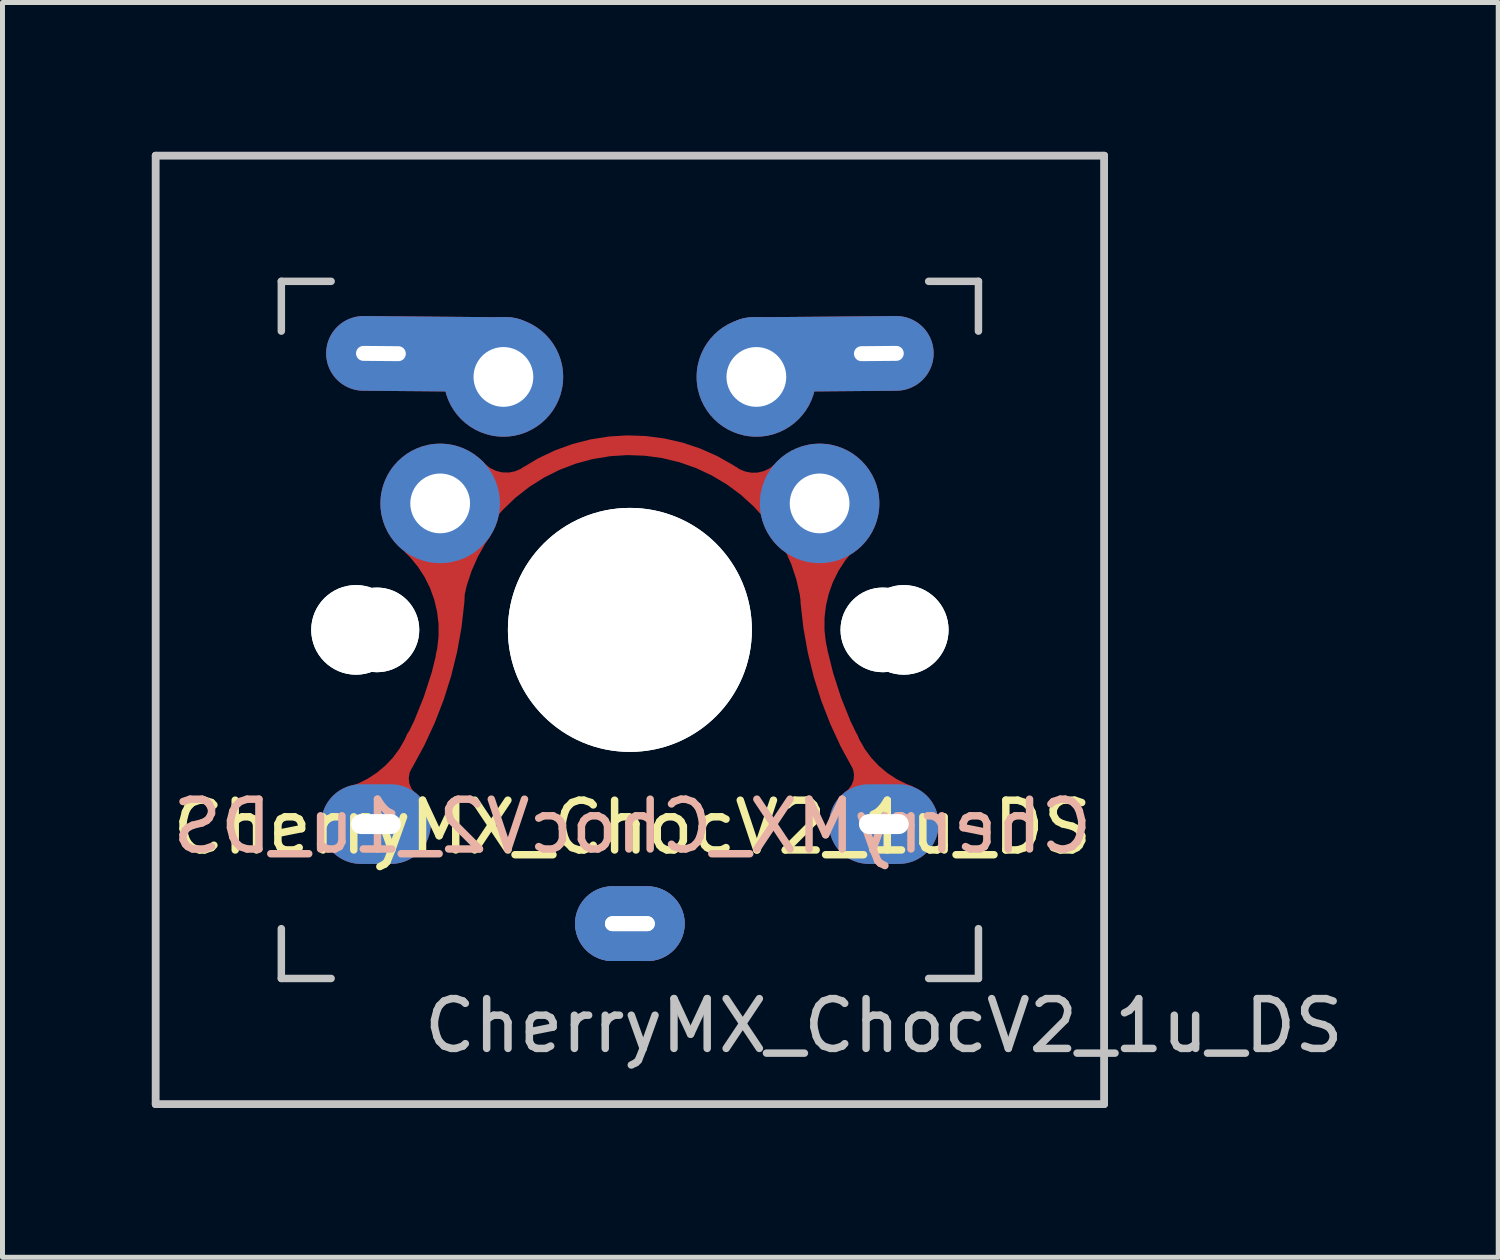
<source format=kicad_pcb>
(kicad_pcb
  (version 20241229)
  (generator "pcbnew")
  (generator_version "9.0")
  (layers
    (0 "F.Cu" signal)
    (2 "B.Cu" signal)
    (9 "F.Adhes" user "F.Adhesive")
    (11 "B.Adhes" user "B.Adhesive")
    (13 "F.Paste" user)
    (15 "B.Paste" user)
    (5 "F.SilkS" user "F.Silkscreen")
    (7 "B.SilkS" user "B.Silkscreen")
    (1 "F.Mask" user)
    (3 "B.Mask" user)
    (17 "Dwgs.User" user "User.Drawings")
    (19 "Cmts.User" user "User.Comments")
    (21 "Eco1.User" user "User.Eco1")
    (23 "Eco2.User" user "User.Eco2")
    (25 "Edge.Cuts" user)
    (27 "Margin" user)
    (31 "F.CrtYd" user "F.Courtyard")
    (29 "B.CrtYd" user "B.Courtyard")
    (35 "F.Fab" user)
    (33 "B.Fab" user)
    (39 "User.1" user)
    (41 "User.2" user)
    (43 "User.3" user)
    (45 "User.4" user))
  (footprint "CherryMX_ChocV2_1u_DS"
    (layer "F.Cu")
    (at 9.6 9.6)
    (property "Reference" "CherryMX_ChocV2_1u_DS" (at 5.1 7.95 180) (layer "Dwgs.User") (effects (font (size 1 1) (thickness 0.15))))
    (attr through_hole)
    (fp_line (start -9.525 -9.525) (end -9.525 9.525) (stroke (width 0.15) (type solid)) (layer "Dwgs.User"))
    (fp_line (start -9.525 -9.525) (end 9.525 -9.525) (stroke (width 0.15) (type solid)) (layer "Dwgs.User"))
    (fp_line (start -9.525 9.525) (end -9.525 -9.525) (stroke (width 0.15) (type solid)) (layer "Dwgs.User"))
    (fp_line (start -9.525 9.525) (end 9.525 9.525) (stroke (width 0.15) (type solid)) (layer "Dwgs.User"))
    (fp_line (start -7 -7) (end -6 -7) (stroke (width 0.15) (type solid)) (layer "Dwgs.User"))
    (fp_line (start -7 -6) (end -7 -7) (stroke (width 0.15) (type solid)) (layer "Dwgs.User"))
    (fp_line (start -7 7) (end -7 6) (stroke (width 0.15) (type solid)) (layer "Dwgs.User"))
    (fp_line (start -6 7) (end -7 7) (stroke (width 0.15) (type solid)) (layer "Dwgs.User"))
    (fp_line (start 6 7) (end 7 7) (stroke (width 0.15) (type solid)) (layer "Dwgs.User"))
    (fp_line (start 7 -7) (end 6 -7) (stroke (width 0.15) (type solid)) (layer "Dwgs.User"))
    (fp_line (start 7 -6) (end 7 -7) (stroke (width 0.15) (type solid)) (layer "Dwgs.User"))
    (fp_line (start 7 7) (end 7 6) (stroke (width 0.15) (type solid)) (layer "Dwgs.User"))
    (fp_line (start 9.525 -9.525) (end -9.525 -9.525) (stroke (width 0.15) (type solid)) (layer "Dwgs.User"))
    (fp_line (start 9.525 -9.525) (end 9.525 9.525) (stroke (width 0.15) (type solid)) (layer "Dwgs.User"))
    (fp_line (start 9.525 9.525) (end -9.525 9.525) (stroke (width 0.15) (type solid)) (layer "Dwgs.User"))
    (fp_line (start 9.525 9.525) (end 9.525 -9.525) (stroke (width 0.15) (type solid)) (layer "Dwgs.User"))
    (fp_text user "${REFERENCE}" (at 0.05 4.55 0) (unlocked yes) (layer "F.SilkS") (effects (font (size 1 1) (thickness 0.15)) (justify bottom)))
    (fp_text user "${REFERENCE}" (at 0.05 4.53 0) (unlocked yes) (layer "B.SilkS") (effects (font (size 1 1) (thickness 0.15)) (justify bottom mirror)))
    (pad "" np_thru_hole circle (at -5.5 0 270) (size 1.8 1.8) (drill 1.8) (layers "*.Cu" "*.Mask"))
    (pad "" np_thru_hole circle (at -5.5 0 90) (size 1.8 1.8) (drill 1.8) (layers "*.Cu" "*.Mask"))
    (pad "" np_thru_hole circle (at -5.08 0) (size 1.7 1.7) (drill 1.7) (layers "*.Cu" "*.Mask"))
    (pad "" np_thru_hole circle (at -5.08 0) (size 1.7 1.7) (drill 1.7) (layers "*.Cu" "*.Mask"))
    (pad "" np_thru_hole circle (at 0 0 270) (size 4.9 4.9) (drill 4.9) (layers "*.Cu" "*.Mask"))
    (pad "" np_thru_hole circle (at 0 0 90) (size 4.9 4.9) (drill 4.9) (layers "*.Cu" "*.Mask"))
    (pad "" np_thru_hole circle (at 5.08 0) (size 1.7 1.7) (drill 1.7) (layers "*.Cu" "*.Mask"))
    (pad "" np_thru_hole circle (at 5.08 0) (size 1.7 1.7) (drill 1.7) (layers "*.Cu" "*.Mask"))
    (pad "" np_thru_hole circle (at 5.5 0 270) (size 1.8 1.8) (drill 1.8) (layers "*.Cu" "*.Mask"))
    (pad "" np_thru_hole circle (at 5.5 0 90) (size 1.8 1.8) (drill 1.8) (layers "*.Cu" "*.Mask"))
    (pad "1" thru_hole oval (at -5.1 3.9) (size 2.2 1.6) (drill oval 1 0.4) (layers "*.Cu" "B.Mask"))
    (pad "1" smd custom (at -3.81 -2.54) (size 1.524 1.524) (layers "F.Cu") (options (anchor circle)) (primitives (gr_arc (start 0.570001 0.74) (mid 3.762184 -1.166118) (end 7.002482 0.657009) (width 0.4)) (gr_arc (start 0.24611 2.084536) (mid 0.448541 1.283786) (end 0.835452 0.554075) (width 0.4)) (gr_circle (center 0.066 1.325) (end 0.2 1.325) (width 0.4) (fill no)) (gr_arc (start -0.552896 0.852499) (mid 0.07 1.88) (end 0.107327 3.080984) (width 0.4)) (gr_arc (start 6.915714 -0.706674) (mid 6.403123 -0.425033) (end 5.835638 -0.566567) (width 0.4)) (gr_arc (start 1.790076 -0.569893) (mid 1.222591 -0.428359) (end 0.71 -0.71) (width 0.4)) (gr_line (start 7.002 0.657) (end 7.41 1.05) (width 0.4)) (gr_circle (center 7.62 1.2) (end 7.753 1.2) (width 0.4) (fill no)) (gr_arc (start 7.578783 2.956448) (mid 7.616109 1.755463) (end 8.239005 0.727962) (width 0.4)) (gr_arc (start 9.002222 6.029671) (mid 7.578783 2.956448) (end 7.631989 -0.430002) (width 0.4)) (gr_arc (start 8.450259 5.209712) (mid 8.489998 5.609999) (end 8.265138 5.943536) (width 0.4)) (gr_arc (start 9.4 5.86) (mid 8.676148 5.415271) (end 8.191191 4.717731) (width 0.4)) (gr_arc (start 6.850658 0.429539) (mid 7.237561 1.159252) (end 7.439985 1.960002) (width 0.4)) (gr_arc (start 0.092222 -0.449671) (mid 0.145461 2.936783) (end -1.278001 6.01) (width 0.4)) (gr_arc (start -0.48 4.71) (mid -0.964953 5.407542) (end -1.688803 5.852272) (width 0.4)) (gr_arc (start -0.584881 6.003826) (mid -0.80974 5.670288) (end -0.77 5.27) (width 0.4))))
    (pad "1" thru_hole circle (at -3.81 -2.54) (size 2.4 2.4) (drill 1.2) (layers "*.Cu" "B.Mask"))
    (pad "1" thru_hole circle (at 3.81 -2.54) (size 2.4 2.4) (drill 1.2) (layers "*.Cu" "F.Mask"))
    (pad "1" thru_hole oval (at 5.1 3.9) (size 2.2 1.6) (drill oval 1 0.4) (layers "*.Cu" "F.Mask"))
    (pad "2" thru_hole oval (at -5 -5.55 359.5) (size 4.4 1.5) (drill oval 1 0.3 (offset 1.1 0)) (layers "*.Cu" "F.Mask"))
    (pad "2" thru_hole circle (at -2.54 -5.08) (size 2.4 2.4) (drill 1.2) (layers "*.Cu" "F.Mask"))
    (pad "2" thru_hole oval (at 0 5.9) (size 2.2 1.5) (drill oval 1 0.3) (layers "*.Cu" "F.Mask"))
    (pad "2" thru_hole oval (at 0 5.9) (size 2.2 1.5) (drill oval 1 0.3) (layers "*.Cu" "B.Mask"))
    (pad "2" thru_hole circle (at 2.54 -5.08) (size 2.4 2.4) (drill 1.2) (layers "*.Cu" "B.Mask"))
    (pad "2" thru_hole oval (at 5 -5.55 0.5) (size 4.4 1.5) (drill oval 1 0.3 (offset -1.1 0)) (layers "*.Cu" "B.Mask")))
  (gr_rect
    (start -3 -3)
    (end 27.039 22.2)
    (stroke (width 0.1) (type default))
    (fill no)
    (layer "Edge.Cuts")))
</source>
